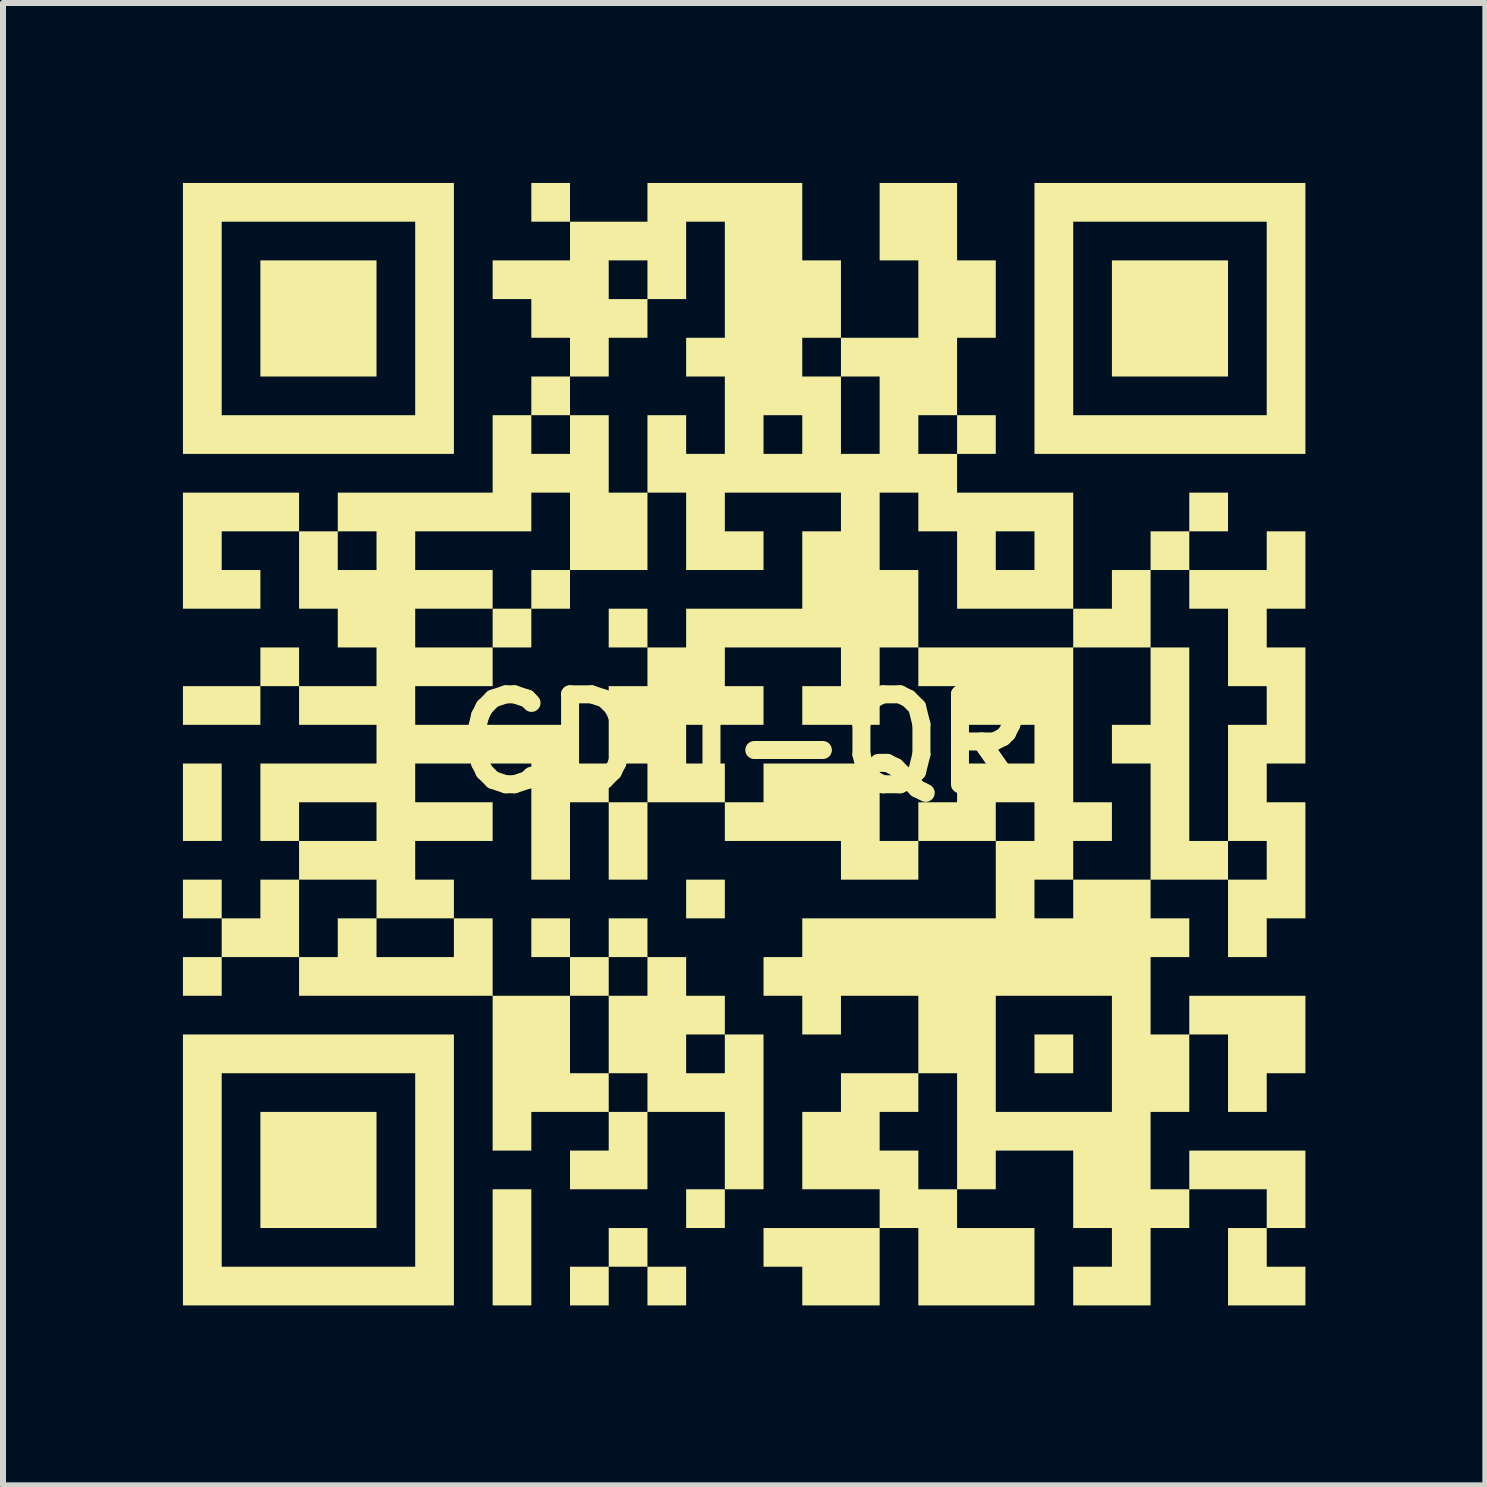
<source format=kicad_pcb>
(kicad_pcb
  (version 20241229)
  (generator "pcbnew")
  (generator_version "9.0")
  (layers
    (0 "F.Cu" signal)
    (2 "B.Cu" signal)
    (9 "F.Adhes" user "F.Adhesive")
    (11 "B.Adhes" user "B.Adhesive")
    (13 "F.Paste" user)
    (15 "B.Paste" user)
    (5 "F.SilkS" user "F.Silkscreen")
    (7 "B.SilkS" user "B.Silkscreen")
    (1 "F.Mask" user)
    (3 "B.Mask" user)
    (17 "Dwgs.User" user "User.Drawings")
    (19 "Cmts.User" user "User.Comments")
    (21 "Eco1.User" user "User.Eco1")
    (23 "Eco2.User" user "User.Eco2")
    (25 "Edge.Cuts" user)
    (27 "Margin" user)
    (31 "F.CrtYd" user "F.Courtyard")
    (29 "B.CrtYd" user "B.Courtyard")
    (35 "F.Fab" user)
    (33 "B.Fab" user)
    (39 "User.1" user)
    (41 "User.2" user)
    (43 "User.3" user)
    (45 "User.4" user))
  (footprint "CDU-QR"
    (layer "F.Cu")
    (at 9.347 9.347)
    (property "Reference" "CDU-QR" (at 0 0 0) (layer "F.SilkS") (effects (font (size 1.5 1.5) (thickness 0.3))))
    (attr board_only exclude_from_pos_files exclude_from_bom)
    (fp_poly (pts (xy -8.701 0.978) (xy -8.701 1.623) (xy -9.024 1.623) (xy -9.347 1.623) (xy -9.347 0.978) (xy -9.347 0.332) (xy -9.024 0.332) (xy -8.701 0.332)) (stroke (width 0) (type solid)) (fill yes) (layer "F.SilkS"))
    (fp_poly (pts (xy -6.12 -7.088) (xy -6.12 -6.12) (xy -7.088 -6.12) (xy -8.056 -6.12) (xy -8.056 -7.088) (xy -8.056 -8.056) (xy -7.088 -8.056) (xy -6.12 -8.056)) (stroke (width 0) (type solid)) (fill yes) (layer "F.SilkS"))
    (fp_poly (pts (xy -6.12 7.108) (xy -6.12 8.076) (xy -7.088 8.076) (xy -8.056 8.076) (xy -8.056 7.108) (xy -8.056 6.14) (xy -7.088 6.14) (xy -6.12 6.14)) (stroke (width 0) (type solid)) (fill yes) (layer "F.SilkS"))
    (fp_poly (pts (xy -3.539 8.398) (xy -3.539 9.366) (xy -3.862 9.366) (xy -4.184 9.366) (xy -4.184 8.398) (xy -4.184 7.43) (xy -3.862 7.43) (xy -3.539 7.43)) (stroke (width 0) (type solid)) (fill yes) (layer "F.SilkS"))
    (fp_poly (pts (xy -1.603 -1.926) (xy -1.603 -1.603) (xy -1.926 -1.603) (xy -2.249 -1.603) (xy -2.249 -1.926) (xy -2.249 -2.249) (xy -1.926 -2.249) (xy -1.603 -2.249)) (stroke (width 0) (type solid)) (fill yes) (layer "F.SilkS"))
    (fp_poly (pts (xy -0.958 9.043) (xy -0.958 9.366) (xy -1.281 9.366) (xy -1.603 9.366) (xy -1.603 9.043) (xy -1.603 8.721) (xy -1.281 8.721) (xy -0.958 8.721)) (stroke (width 0) (type solid)) (fill yes) (layer "F.SilkS"))
    (fp_poly (pts (xy -0.313 2.591) (xy -0.313 2.913) (xy -0.635 2.913) (xy -0.958 2.913) (xy -0.958 2.591) (xy -0.958 2.268) (xy -0.635 2.268) (xy -0.313 2.268)) (stroke (width 0) (type solid)) (fill yes) (layer "F.SilkS"))
    (fp_poly (pts (xy 5.495 5.172) (xy 5.495 5.495) (xy 5.172 5.495) (xy 4.849 5.495) (xy 4.849 5.172) (xy 4.849 4.849) (xy 5.172 4.849) (xy 5.495 4.849)) (stroke (width 0) (type solid)) (fill yes) (layer "F.SilkS"))
    (fp_poly (pts (xy 8.076 -7.088) (xy 8.076 -6.12) (xy 7.108 -6.12) (xy 6.14 -6.12) (xy 6.14 -7.088) (xy 6.14 -8.056) (xy 7.108 -8.056) (xy 8.076 -8.056)) (stroke (width 0) (type solid)) (fill yes) (layer "F.SilkS"))
    (fp_poly (pts (xy -2.894 -2.571) (xy -2.894 -2.249) (xy -3.217 -2.249) (xy -3.539 -2.249) (xy -3.539 -1.926) (xy -3.539 -1.603) (xy -3.862 -1.603) (xy -4.184 -1.603) (xy -4.184 -1.926) (xy -4.184 -2.249) (xy -3.862 -2.249) (xy -3.539 -2.249) (xy -3.539 -2.571) (xy -3.539 -2.894) (xy -3.217 -2.894) (xy -2.894 -2.894)) (stroke (width 0) (type solid)) (fill yes) (layer "F.SilkS"))
    (fp_poly (pts (xy -1.603 8.398) (xy -1.603 8.721) (xy -1.926 8.721) (xy -2.249 8.721) (xy -2.249 9.043) (xy -2.249 9.366) (xy -2.571 9.366) (xy -2.894 9.366) (xy -2.894 9.043) (xy -2.894 8.721) (xy -2.571 8.721) (xy -2.249 8.721) (xy -2.249 8.398) (xy -2.249 8.076) (xy -1.926 8.076) (xy -1.603 8.076)) (stroke (width 0) (type solid)) (fill yes) (layer "F.SilkS"))
    (fp_poly (pts (xy -4.83 -7.088) (xy -4.83 -4.83) (xy -7.088 -4.83) (xy -9.347 -4.83) (xy -9.347 -7.088) (xy -9.347 -8.701) (xy -8.701 -8.701) (xy -8.701 -7.088) (xy -8.701 -5.475) (xy -7.088 -5.475) (xy -5.475 -5.475) (xy -5.475 -7.088) (xy -5.475 -8.701) (xy -7.088 -8.701) (xy -8.701 -8.701) (xy -9.347 -8.701) (xy -9.347 -9.347) (xy -7.088 -9.347) (xy -4.83 -9.347)) (stroke (width 0) (type solid)) (fill yes) (layer "F.SilkS"))
    (fp_poly (pts (xy -4.83 7.108) (xy -4.83 9.366) (xy -7.088 9.366) (xy -9.347 9.366) (xy -9.347 7.108) (xy -9.347 5.495) (xy -8.701 5.495) (xy -8.701 7.108) (xy -8.701 8.721) (xy -7.088 8.721) (xy -5.475 8.721) (xy -5.475 7.108) (xy -5.475 5.495) (xy -7.088 5.495) (xy -8.701 5.495) (xy -9.347 5.495) (xy -9.347 4.849) (xy -7.088 4.849) (xy -4.83 4.849)) (stroke (width 0) (type solid)) (fill yes) (layer "F.SilkS"))
    (fp_poly (pts (xy 9.366 -7.088) (xy 9.366 -4.83) (xy 7.108 -4.83) (xy 4.849 -4.83) (xy 4.849 -7.088) (xy 4.849 -8.701) (xy 5.495 -8.701) (xy 5.495 -7.088) (xy 5.495 -5.475) (xy 7.108 -5.475) (xy 8.721 -5.475) (xy 8.721 -7.088) (xy 8.721 -8.701) (xy 7.108 -8.701) (xy 5.495 -8.701) (xy 4.849 -8.701) (xy 4.849 -9.347) (xy 7.108 -9.347) (xy 9.366 -9.347)) (stroke (width 0) (type solid)) (fill yes) (layer "F.SilkS"))
    (fp_poly (pts (xy -2.894 -9.024) (xy -2.894 -8.701) (xy -2.249 -8.701) (xy -1.603 -8.701) (xy -1.603 -9.024) (xy -1.603 -9.347) (xy -0.313 -9.347) (xy 0.978 -9.347) (xy 0.978 -8.701) (xy 0.978 -8.056) (xy 1.3 -8.056) (xy 1.623 -8.056) (xy 1.623 -7.411) (xy 1.623 -6.766) (xy 2.268 -6.766) (xy 2.913 -6.766) (xy 2.913 -7.411) (xy 2.913 -8.056) (xy 2.591 -8.056) (xy 2.268 -8.056) (xy 2.268 -8.701) (xy 2.268 -9.347) (xy 2.913 -9.347) (xy 3.559 -9.347) (xy 3.559 -8.701) (xy 3.559 -8.056) (xy 3.881 -8.056) (xy 4.204 -8.056) (xy 4.204 -7.411) (xy 4.204 -6.766) (xy 3.881 -6.766) (xy 3.559 -6.766) (xy 3.559 -6.12) (xy 3.559 -5.475) (xy 3.236 -5.475) (xy 2.913 -5.475) (xy 2.913 -5.152) (xy 2.913 -4.83) (xy 3.236 -4.83) (xy 3.559 -4.83) (xy 3.559 -5.152) (xy 3.559 -5.475) (xy 3.881 -5.475) (xy 4.204 -5.475) (xy 4.204 -5.152) (xy 4.204 -4.83) (xy 3.881 -4.83) (xy 3.559 -4.83) (xy 3.559 -4.507) (xy 3.559 -4.184) (xy 4.527 -4.184) (xy 5.495 -4.184) (xy 5.495 -3.217) (xy 5.495 -2.249) (xy 5.817 -2.249) (xy 6.14 -2.249) (xy 6.14 -2.571) (xy 6.14 -2.894) (xy 6.462 -2.894) (xy 6.785 -2.894) (xy 6.785 -3.217) (xy 6.785 -3.539) (xy 7.108 -3.539) (xy 7.43 -3.539) (xy 7.43 -3.862) (xy 7.43 -4.184) (xy 7.753 -4.184) (xy 8.076 -4.184) (xy 8.076 -3.862) (xy 8.076 -3.539) (xy 7.753 -3.539) (xy 7.43 -3.539) (xy 7.43 -3.217) (xy 7.43 -2.894) (xy 8.076 -2.894) (xy 8.721 -2.894) (xy 8.721 -3.217) (xy 8.721 -3.539) (xy 9.043 -3.539) (xy 9.366 -3.539) (xy 9.366 -2.894) (xy 9.366 -2.249) (xy 9.043 -2.249) (xy 8.721 -2.249) (xy 8.721 -1.926) (xy 8.721 -1.603) (xy 9.043 -1.603) (xy 9.366 -1.603) (xy 9.366 -0.635) (xy 9.366 0.332) (xy 9.043 0.332) (xy 8.721 0.332) (xy 8.721 0.655) (xy 8.721 0.978) (xy 9.043 0.978) (xy 9.366 0.978) (xy 9.366 1.946) (xy 9.366 2.913) (xy 9.043 2.913) (xy 8.721 2.913) (xy 8.721 3.236) (xy 8.721 3.559) (xy 8.398 3.559) (xy 8.076 3.559) (xy 8.076 2.913) (xy 8.076 2.268) (xy 7.43 2.268) (xy 6.785 2.268) (xy 6.785 2.591) (xy 6.785 2.913) (xy 7.108 2.913) (xy 7.43 2.913) (xy 7.43 3.236) (xy 7.43 3.559) (xy 7.108 3.559) (xy 6.785 3.559) (xy 6.785 4.204) (xy 6.785 4.849) (xy 7.108 4.849) (xy 7.43 4.849) (xy 7.43 4.527) (xy 7.43 4.204) (xy 8.398 4.204) (xy 9.366 4.204) (xy 9.366 4.849) (xy 9.366 5.495) (xy 9.043 5.495) (xy 8.721 5.495) (xy 8.721 5.817) (xy 8.721 6.14) (xy 8.398 6.14) (xy 8.076 6.14) (xy 8.076 5.495) (xy 8.076 4.849) (xy 7.753 4.849) (xy 7.43 4.849) (xy 7.43 5.495) (xy 7.43 6.14) (xy 7.108 6.14) (xy 6.785 6.14) (xy 6.785 6.785) (xy 6.785 7.43) (xy 7.108 7.43) (xy 7.43 7.43) (xy 7.43 7.108) (xy 7.43 6.785) (xy 8.398 6.785) (xy 9.366 6.785) (xy 9.366 7.43) (xy 9.366 8.076) (xy 9.043 8.076) (xy 8.721 8.076) (xy 8.721 8.398) (xy 8.721 8.721) (xy 9.043 8.721) (xy 9.366 8.721) (xy 9.366 9.043) (xy 9.366 9.366) (xy 8.721 9.366) (xy 8.076 9.366) (xy 8.076 8.721) (xy 8.076 8.076) (xy 8.398 8.076) (xy 8.721 8.076) (xy 8.721 7.753) (xy 8.721 7.43) (xy 8.076 7.43) (xy 7.43 7.43) (xy 7.43 7.753) (xy 7.43 8.076) (xy 7.108 8.076) (xy 6.785 8.076) (xy 6.785 8.721) (xy 6.785 9.366) (xy 6.14 9.366) (xy 5.495 9.366) (xy 5.495 9.043) (xy 5.495 8.721) (xy 5.817 8.721) (xy 6.14 8.721) (xy 6.14 8.398) (xy 6.14 8.076) (xy 5.817 8.076) (xy 5.495 8.076) (xy 5.495 7.43) (xy 5.495 6.785) (xy 4.849 6.785) (xy 4.204 6.785) (xy 4.204 7.108) (xy 4.204 7.43) (xy 3.881 7.43) (xy 3.559 7.43) (xy 3.559 7.753) (xy 3.559 8.076) (xy 4.204 8.076) (xy 4.849 8.076) (xy 4.849 8.721) (xy 4.849 9.366) (xy 3.881 9.366) (xy 2.913 9.366) (xy 2.913 8.721) (xy 2.913 8.076) (xy 2.591 8.076) (xy 2.268 8.076) (xy 2.268 8.721) (xy 2.268 9.366) (xy 1.623 9.366) (xy 0.978 9.366) (xy 0.978 9.043) (xy 0.978 8.721) (xy 0.655 8.721) (xy 0.332 8.721) (xy 0.332 8.398) (xy 0.332 8.076) (xy 1.3 8.076) (xy 2.268 8.076) (xy 2.268 7.753) (xy 2.268 7.43) (xy 1.623 7.43) (xy 0.978 7.43) (xy 0.978 6.785) (xy 2.268 6.785) (xy 2.591 6.785) (xy 2.913 6.785) (xy 2.913 7.108) (xy 2.913 7.43) (xy 3.236 7.43) (xy 3.559 7.43) (xy 3.559 6.462) (xy 3.559 5.495) (xy 3.236 5.495) (xy 2.913 5.495) (xy 2.913 5.817) (xy 2.913 6.14) (xy 2.591 6.14) (xy 2.268 6.14) (xy 2.268 6.462) (xy 2.268 6.785) (xy 0.978 6.785) (xy 0.978 6.14) (xy 1.3 6.14) (xy 1.623 6.14) (xy 1.623 5.817) (xy 1.623 5.495) (xy 2.268 5.495) (xy 2.913 5.495) (xy 2.913 4.849) (xy 2.913 4.204) (xy 4.204 4.204) (xy 4.204 5.172) (xy 4.204 6.14) (xy 5.172 6.14) (xy 6.14 6.14) (xy 6.14 5.172) (xy 6.14 4.204) (xy 5.172 4.204) (xy 4.204 4.204) (xy 2.913 4.204) (xy 2.268 4.204) (xy 1.623 4.204) (xy 1.623 4.527) (xy 1.623 4.849) (xy 1.3 4.849) (xy 0.978 4.849) (xy 0.978 4.527) (xy 0.978 4.204) (xy 0.655 4.204) (xy 0.332 4.204) (xy 0.332 3.881) (xy 0.332 3.559) (xy 0.655 3.559) (xy 0.978 3.559) (xy 0.978 3.236) (xy 0.978 2.913) (xy 2.591 2.913) (xy 4.204 2.913) (xy 4.204 2.268) (xy 4.204 1.623) (xy 3.559 1.623) (xy 2.913 1.623) (xy 2.913 1.946) (xy 2.913 2.268) (xy 2.268 2.268) (xy 1.623 2.268) (xy 1.623 1.946) (xy 1.623 1.623) (xy 0.655 1.623) (xy -0.313 1.623) (xy -0.313 1.3) (xy -0.313 0.978) (xy -0.958 0.978) (xy -1.603 0.978) (xy -1.603 1.623) (xy -1.603 2.268) (xy -1.926 2.268) (xy -2.249 2.268) (xy -2.249 1.623) (xy -2.249 0.978) (xy -2.571 0.978) (xy -2.894 0.978) (xy -2.894 1.623) (xy -2.894 2.268) (xy -3.217 2.268) (xy -3.539 2.268) (xy -3.539 1.3) (xy -3.539 0.332) (xy -4.507 0.332) (xy -5.475 0.332) (xy -5.475 0.655) (xy -5.475 0.978) (xy -4.83 0.978) (xy -4.184 0.978) (xy -4.184 1.3) (xy -4.184 1.623) (xy -4.83 1.623) (xy -5.475 1.623) (xy -5.475 1.946) (xy -5.475 2.268) (xy -5.152 2.268) (xy -4.83 2.268) (xy -4.83 2.591) (xy -4.83 2.913) (xy -5.475 2.913) (xy -6.12 2.913) (xy -6.12 3.236) (xy -6.12 3.559) (xy -5.475 3.559) (xy -4.83 3.559) (xy -4.83 3.236) (xy -4.83 2.913) (xy -4.507 2.913) (xy -4.184 2.913) (xy -4.184 3.559) (xy -4.184 4.204) (xy -3.539 4.204) (xy -2.894 4.204) (xy -2.894 3.881) (xy -2.894 3.559) (xy -3.217 3.559) (xy -3.539 3.559) (xy -3.539 3.236) (xy -3.539 2.913) (xy -3.217 2.913) (xy -2.894 2.913) (xy -2.894 3.236) (xy -2.894 3.559) (xy -2.571 3.559) (xy -2.249 3.559) (xy -2.249 3.236) (xy -2.249 2.913) (xy -1.926 2.913) (xy -1.603 2.913) (xy -1.603 3.236) (xy -1.603 3.559) (xy -1.926 3.559) (xy -2.249 3.559) (xy -2.249 3.881) (xy -2.249 4.204) (xy -2.571 4.204) (xy -2.894 4.204) (xy -2.894 4.849) (xy -2.894 5.495) (xy -2.571 5.495) (xy -2.249 5.495) (xy -2.249 5.817) (xy -2.249 6.14) (xy -1.926 6.14) (xy -1.603 6.14) (xy -1.603 5.817) (xy -1.603 5.495) (xy -1.926 5.495) (xy -2.249 5.495) (xy -2.249 4.849) (xy -2.249 4.204) (xy -1.926 4.204) (xy -1.603 4.204) (xy -1.603 3.881) (xy -1.603 3.559) (xy -1.281 3.559) (xy -0.958 3.559) (xy -0.958 3.881) (xy -0.958 4.204) (xy -0.635 4.204) (xy -0.313 4.204) (xy -0.313 4.527) (xy -0.313 4.849) (xy -0.635 4.849) (xy -0.958 4.849) (xy -0.958 5.172) (xy -0.958 5.495) (xy -0.635 5.495) (xy -0.313 5.495) (xy -0.313 5.172) (xy -0.313 4.849) (xy 0.01 4.849) (xy 0.332 4.849) (xy 0.332 6.14) (xy 0.332 7.43) (xy 0.01 7.43) (xy -0.313 7.43) (xy -0.313 7.753) (xy -0.313 8.076) (xy -0.635 8.076) (xy -0.958 8.076) (xy -0.958 7.753) (xy -0.958 7.43) (xy -0.635 7.43) (xy -0.313 7.43) (xy -0.313 6.785) (xy -0.313 6.14) (xy -0.958 6.14) (xy -1.603 6.14) (xy -1.603 6.785) (xy -1.603 7.43) (xy -2.249 7.43) (xy -2.894 7.43) (xy -2.894 7.108) (xy -2.894 6.785) (xy -2.571 6.785) (xy -2.249 6.785) (xy -2.249 6.462) (xy -2.249 6.14) (xy -2.894 6.14) (xy -3.539 6.14) (xy -3.539 6.462) (xy -3.539 6.785) (xy -3.862 6.785) (xy -4.184 6.785) (xy -4.184 5.495) (xy -4.184 4.204) (xy -5.798 4.204) (xy -7.411 4.204) (xy -7.411 3.881) (xy -7.411 3.559) (xy -8.056 3.559) (xy -8.701 3.559) (xy -8.701 3.881) (xy -8.701 4.204) (xy -9.024 4.204) (xy -9.347 4.204) (xy -9.347 3.881) (xy -9.347 3.559) (xy -9.024 3.559) (xy -8.701 3.559) (xy -8.701 3.236) (xy -8.701 2.913) (xy -9.024 2.913) (xy -9.347 2.913) (xy -9.347 2.591) (xy -9.347 2.268) (xy -9.024 2.268) (xy -8.701 2.268) (xy -8.701 2.591) (xy -8.701 2.913) (xy -8.379 2.913) (xy -8.056 2.913) (xy -8.056 2.591) (xy -8.056 2.268) (xy -7.733 2.268) (xy -7.411 2.268) (xy -7.411 2.913) (xy -7.411 3.559) (xy -7.088 3.559) (xy -6.766 3.559) (xy -6.766 3.236) (xy -6.766 2.913) (xy -6.443 2.913) (xy -6.12 2.913) (xy -6.12 2.591) (xy -6.12 2.268) (xy -6.766 2.268) (xy -7.411 2.268) (xy -7.411 1.946) (xy -7.411 1.623) (xy -7.733 1.623) (xy -8.056 1.623) (xy -8.056 0.978) (xy -7.411 0.978) (xy -7.411 1.3) (xy -7.411 1.623) (xy -6.766 1.623) (xy -6.12 1.623) (xy -6.12 1.3) (xy -6.12 0.978) (xy -6.766 0.978) (xy -7.411 0.978) (xy -8.056 0.978) (xy -8.056 0.332) (xy -7.088 0.332) (xy -6.12 0.332) (xy -6.12 0.01) (xy -6.12 -0.313) (xy -5.475 -0.313) (xy -4.184 -0.313) (xy -2.894 -0.313) (xy -2.894 0.01) (xy -2.894 0.332) (xy -2.571 0.332) (xy -2.249 0.332) (xy -2.249 0.655) (xy -2.249 0.978) (xy -1.926 0.978) (xy -1.603 0.978) (xy -1.603 0.655) (xy -1.603 0.332) (xy -0.958 0.332) (xy -0.635 0.332) (xy -0.313 0.332) (xy -0.313 0.655) (xy -0.313 0.978) (xy 0.01 0.978) (xy 0.332 0.978) (xy 0.332 0.655) (xy 0.332 0.332) (xy 1.3 0.332) (xy 2.268 0.332) (xy 2.268 0.978) (xy 2.268 1.623) (xy 2.591 1.623) (xy 2.913 1.623) (xy 2.913 1.3) (xy 2.913 0.978) (xy 3.236 0.978) (xy 3.559 0.978) (xy 4.204 0.978) (xy 4.204 1.3) (xy 4.204 1.623) (xy 4.527 1.623) (xy 4.849 1.623) (xy 4.849 1.3) (xy 4.849 0.978) (xy 4.527 0.978) (xy 4.204 0.978) (xy 3.559 0.978) (xy 3.559 0.655) (xy 3.559 0.332) (xy 4.204 0.332) (xy 4.849 0.332) (xy 4.849 0.01) (xy 4.849 -0.313) (xy 4.204 -0.313) (xy 3.559 -0.313) (xy 3.559 -0.635) (xy 3.559 -0.958) (xy 3.236 -0.958) (xy 2.913 -0.958) (xy 2.913 -1.281) (xy 2.913 -1.603) (xy 4.204 -1.603) (xy 5.495 -1.603) (xy 5.495 -0.313) (xy 5.495 0.978) (xy 5.817 0.978) (xy 6.14 0.978) (xy 6.14 1.3) (xy 6.14 1.623) (xy 5.817 1.623) (xy 5.495 1.623) (xy 5.495 1.946) (xy 5.495 2.268) (xy 5.172 2.268) (xy 4.849 2.268) (xy 4.849 2.591) (xy 4.849 2.913) (xy 5.172 2.913) (xy 5.495 2.913) (xy 5.495 2.591) (xy 5.495 2.268) (xy 6.14 2.268) (xy 6.785 2.268) (xy 6.785 1.3) (xy 6.785 0.332) (xy 6.462 0.332) (xy 6.14 0.332) (xy 6.14 0.01) (xy 6.14 -0.313) (xy 6.462 -0.313) (xy 6.785 -0.313) (xy 6.785 -0.958) (xy 6.785 -1.603) (xy 7.108 -1.603) (xy 7.43 -1.603) (xy 7.43 0.01) (xy 7.43 1.623) (xy 7.753 1.623) (xy 8.076 1.623) (xy 8.076 1.946) (xy 8.076 2.268) (xy 8.398 2.268) (xy 8.721 2.268) (xy 8.721 1.946) (xy 8.721 1.623) (xy 8.398 1.623) (xy 8.076 1.623) (xy 8.076 0.655) (xy 8.076 -0.313) (xy 8.398 -0.313) (xy 8.721 -0.313) (xy 8.721 -0.635) (xy 8.721 -0.958) (xy 8.398 -0.958) (xy 8.076 -0.958) (xy 8.076 -1.603) (xy 8.076 -2.249) (xy 7.753 -2.249) (xy 7.43 -2.249) (xy 7.43 -2.571) (xy 7.43 -2.894) (xy 7.108 -2.894) (xy 6.785 -2.894) (xy 6.785 -2.249) (xy 6.785 -1.603) (xy 6.14 -1.603) (xy 5.495 -1.603) (xy 5.495 -1.926) (xy 5.495 -2.249) (xy 4.527 -2.249) (xy 3.559 -2.249) (xy 3.559 -2.894) (xy 3.559 -3.539) (xy 4.204 -3.539) (xy 4.204 -3.217) (xy 4.204 -2.894) (xy 4.527 -2.894) (xy 4.849 -2.894) (xy 4.849 -3.217) (xy 4.849 -3.539) (xy 4.527 -3.539) (xy 4.204 -3.539) (xy 3.559 -3.539) (xy 3.236 -3.539) (xy 2.913 -3.539) (xy 2.913 -3.862) (xy 2.913 -4.184) (xy 2.591 -4.184) (xy 2.268 -4.184) (xy 2.268 -3.539) (xy 2.268 -2.894) (xy 2.591 -2.894) (xy 2.913 -2.894) (xy 2.913 -2.249) (xy 2.913 -1.603) (xy 2.591 -1.603) (xy 2.268 -1.603) (xy 2.268 -0.958) (xy 2.268 -0.313) (xy 1.623 -0.313) (xy 0.978 -0.313) (xy 0.978 -0.635) (xy 0.978 -0.958) (xy 1.3 -0.958) (xy 1.623 -0.958) (xy 1.623 -1.281) (xy 1.623 -1.603) (xy 0.655 -1.603) (xy -0.313 -1.603) (xy -0.313 -1.281) (xy -0.313 -0.958) (xy 0.01 -0.958) (xy 0.332 -0.958) (xy 0.332 -0.635) (xy 0.332 -0.313) (xy -0.313 -0.313) (xy -0.958 -0.313) (xy -0.958 0.01) (xy -0.958 0.332) (xy -1.603 0.332) (xy -1.926 0.332) (xy -2.249 0.332) (xy -2.249 -0.313) (xy -2.249 -0.958) (xy -1.926 -0.958) (xy -1.603 -0.958) (xy -1.603 -1.281) (xy -1.603 -1.603) (xy -1.281 -1.603) (xy -0.958 -1.603) (xy -0.958 -1.926) (xy -0.958 -2.249) (xy 0.01 -2.249) (xy 0.978 -2.249) (xy 0.978 -2.894) (xy 0.978 -3.539) (xy 1.3 -3.539) (xy 1.623 -3.539) (xy 1.623 -3.862) (xy 1.623 -4.184) (xy 0.655 -4.184) (xy -0.313 -4.184) (xy -0.313 -3.862) (xy -0.313 -3.539) (xy 0.01 -3.539) (xy 0.332 -3.539) (xy 0.332 -3.217) (xy 0.332 -2.894) (xy -0.313 -2.894) (xy -0.958 -2.894) (xy -0.958 -3.539) (xy -0.958 -4.184) (xy -1.281 -4.184) (xy -1.603 -4.184) (xy -1.603 -3.539) (xy -1.603 -2.894) (xy -2.249 -2.894) (xy -2.894 -2.894) (xy -2.894 -3.539) (xy -2.894 -4.184) (xy -3.217 -4.184) (xy -3.539 -4.184) (xy -3.539 -3.862) (xy -3.539 -3.539) (xy -4.507 -3.539) (xy -5.475 -3.539) (xy -5.475 -3.217) (xy -5.475 -2.894) (xy -4.83 -2.894) (xy -4.184 -2.894) (xy -4.184 -2.571) (xy -4.184 -2.249) (xy -4.83 -2.249) (xy -5.475 -2.249) (xy -5.475 -1.926) (xy -5.475 -1.603) (xy -4.83 -1.603) (xy -4.184 -1.603) (xy -4.184 -1.281) (xy -4.184 -0.958) (xy -4.83 -0.958) (xy -5.475 -0.958) (xy -5.475 -0.635) (xy -5.475 -0.313) (xy -6.12 -0.313) (xy -6.766 -0.313) (xy -7.411 -0.313) (xy -7.411 -0.635) (xy -7.411 -0.958) (xy -7.733 -0.958) (xy -8.056 -0.958) (xy -8.056 -0.635) (xy -8.056 -0.313) (xy -8.701 -0.313) (xy -9.347 -0.313) (xy -9.347 -0.635) (xy -9.347 -0.958) (xy -8.701 -0.958) (xy -8.056 -0.958) (xy -8.056 -1.281) (xy -8.056 -1.603) (xy -7.733 -1.603) (xy -7.411 -1.603) (xy -7.411 -1.281) (xy -7.411 -0.958) (xy -6.766 -0.958) (xy -6.12 -0.958) (xy -6.12 -1.281) (xy -6.12 -1.603) (xy -6.443 -1.603) (xy -6.766 -1.603) (xy -6.766 -1.926) (xy -6.766 -2.249) (xy -7.088 -2.249) (xy -7.411 -2.249) (xy -7.411 -2.894) (xy -7.411 -3.539) (xy -8.056 -3.539) (xy -8.701 -3.539) (xy -8.701 -3.217) (xy -8.701 -2.894) (xy -8.379 -2.894) (xy -8.056 -2.894) (xy -8.056 -2.571) (xy -8.056 -2.249) (xy -8.701 -2.249) (xy -9.347 -2.249) (xy -9.347 -3.217) (xy -9.347 -4.184) (xy -8.379 -4.184) (xy -7.411 -4.184) (xy -7.411 -3.862) (xy -7.411 -3.539) (xy -7.088 -3.539) (xy -6.766 -3.539) (xy -6.766 -3.217) (xy -6.766 -2.894) (xy -6.443 -2.894) (xy -6.12 -2.894) (xy -6.12 -3.217) (xy -6.12 -3.539) (xy -6.443 -3.539) (xy -6.766 -3.539) (xy -6.766 -3.862) (xy -6.766 -4.184) (xy -5.475 -4.184) (xy -4.184 -4.184) (xy -4.184 -4.83) (xy -3.539 -4.83) (xy -3.217 -4.83) (xy -2.894 -4.83) (xy -2.894 -5.152) (xy -2.894 -5.475) (xy -2.571 -5.475) (xy -2.249 -5.475) (xy -2.249 -4.83) (xy -2.249 -4.184) (xy -1.926 -4.184) (xy -1.603 -4.184) (xy -1.603 -4.83) (xy -1.603 -5.475) (xy -1.281 -5.475) (xy -0.958 -5.475) (xy -0.958 -5.152) (xy -0.958 -4.83) (xy -0.635 -4.83) (xy -0.313 -4.83) (xy -0.313 -5.475) (xy 0.332 -5.475) (xy 0.332 -5.152) (xy 0.332 -4.83) (xy 0.655 -4.83) (xy 0.978 -4.83) (xy 0.978 -5.152) (xy 0.978 -5.475) (xy 0.655 -5.475) (xy 0.332 -5.475) (xy -0.313 -5.475) (xy -0.313 -6.12) (xy -0.635 -6.12) (xy -0.958 -6.12) (xy -0.958 -6.443) (xy -0.958 -6.766) (xy -0.635 -6.766) (xy -0.313 -6.766) (xy 0.978 -6.766) (xy 0.978 -6.443) (xy 0.978 -6.12) (xy 1.3 -6.12) (xy 1.623 -6.12) (xy 1.623 -5.475) (xy 1.623 -4.83) (xy 1.946 -4.83) (xy 2.268 -4.83) (xy 2.268 -5.475) (xy 2.268 -6.12) (xy 1.946 -6.12) (xy 1.623 -6.12) (xy 1.623 -6.443) (xy 1.623 -6.766) (xy 1.3 -6.766) (xy 0.978 -6.766) (xy -0.313 -6.766) (xy -0.313 -7.733) (xy -0.313 -8.701) (xy -0.635 -8.701) (xy -0.958 -8.701) (xy -0.958 -8.056) (xy -0.958 -7.411) (xy -1.281 -7.411) (xy -1.603 -7.411) (xy -1.603 -7.733) (xy -1.603 -8.056) (xy -1.926 -8.056) (xy -2.249 -8.056) (xy -2.249 -7.733) (xy -2.249 -7.411) (xy -1.926 -7.411) (xy -1.603 -7.411) (xy -1.603 -7.088) (xy -1.603 -6.766) (xy -1.926 -6.766) (xy -2.249 -6.766) (xy -2.249 -6.443) (xy -2.249 -6.12) (xy -2.571 -6.12) (xy -2.894 -6.12) (xy -2.894 -5.798) (xy -2.894 -5.475) (xy -3.217 -5.475) (xy -3.539 -5.475) (xy -3.539 -5.152) (xy -3.539 -4.83) (xy -4.184 -4.83) (xy -4.184 -5.475) (xy -3.862 -5.475) (xy -3.539 -5.475) (xy -3.539 -5.798) (xy -3.539 -6.12) (xy -3.217 -6.12) (xy -2.894 -6.12) (xy -2.894 -6.443) (xy -2.894 -6.766) (xy -3.217 -6.766) (xy -3.539 -6.766) (xy -3.539 -7.088) (xy -3.539 -7.411) (xy -3.862 -7.411) (xy -4.184 -7.411) (xy -4.184 -7.733) (xy -4.184 -8.056) (xy -3.539 -8.056) (xy -2.894 -8.056) (xy -2.894 -8.379) (xy -2.894 -8.701) (xy -3.217 -8.701) (xy -3.539 -8.701) (xy -3.539 -9.024) (xy -3.539 -9.347) (xy -3.217 -9.347) (xy -2.894 -9.347)) (stroke (width 0) (type solid)) (fill yes) (layer "F.SilkS")))
  (gr_rect
    (start -3 -3)
    (end 21.713 21.713)
    (stroke (width 0.1) (type default))
    (fill no)
    (layer "Edge.Cuts")))
</source>
